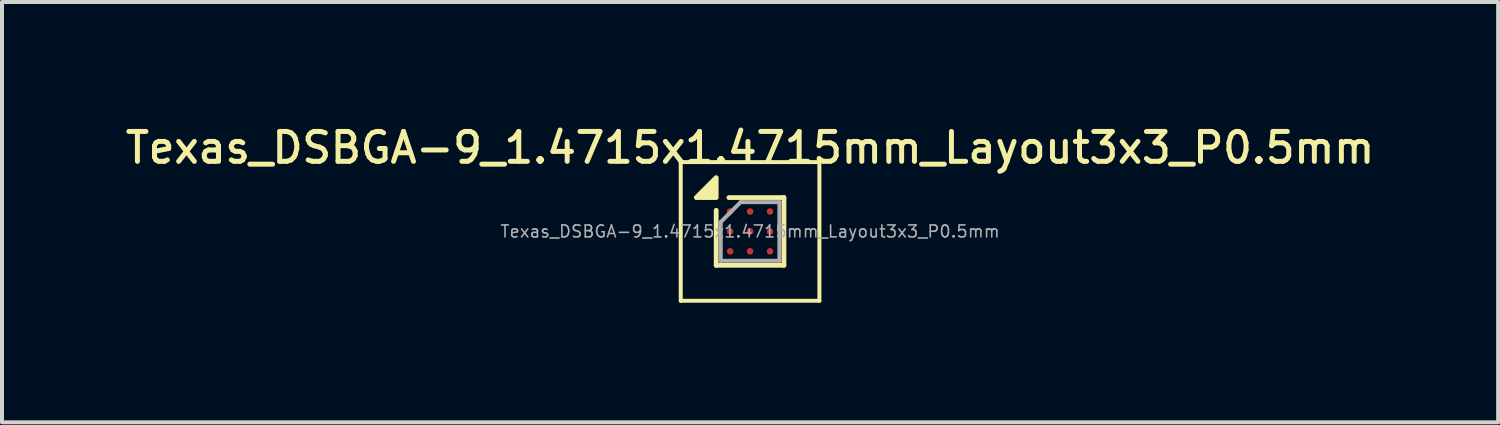
<source format=kicad_pcb>
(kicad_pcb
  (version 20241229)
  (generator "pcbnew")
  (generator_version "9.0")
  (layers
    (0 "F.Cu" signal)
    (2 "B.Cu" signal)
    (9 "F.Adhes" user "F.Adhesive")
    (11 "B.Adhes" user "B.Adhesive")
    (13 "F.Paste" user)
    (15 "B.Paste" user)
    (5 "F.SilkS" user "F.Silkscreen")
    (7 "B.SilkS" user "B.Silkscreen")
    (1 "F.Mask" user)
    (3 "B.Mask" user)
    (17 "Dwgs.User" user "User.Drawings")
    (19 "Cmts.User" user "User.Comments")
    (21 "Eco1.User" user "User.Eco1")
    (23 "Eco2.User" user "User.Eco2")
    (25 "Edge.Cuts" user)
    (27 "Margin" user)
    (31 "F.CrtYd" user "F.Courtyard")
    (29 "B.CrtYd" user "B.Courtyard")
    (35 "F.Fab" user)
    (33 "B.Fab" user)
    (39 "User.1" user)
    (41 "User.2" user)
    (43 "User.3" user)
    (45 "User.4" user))
  (footprint "Texas_DSBGA-9_1.4715x1.4715mm_Layout3x3_P0.5mm"
    (layer "F.Cu")
    (at 15.773 2.758)
    (property "Reference" "Texas_DSBGA-9_1.4715x1.4715mm_Layout3x3_P0.5mm" (at 0 -2.1 0) (layer "F.SilkS") (effects (font (size 0.75 0.75) (thickness 0.125))))
    (attr smd)
    (fp_line (start -1.74 -1.74) (end -1.74 1.74) (stroke (width 0.1) (type solid)) (layer "F.SilkS"))
    (fp_line (start -1.74 1.74) (end 1.74 1.74) (stroke (width 0.1) (type solid)) (layer "F.SilkS"))
    (fp_line (start -0.85 -0.53) (end -0.85 0.85) (stroke (width 0.12) (type solid)) (layer "F.SilkS"))
    (fp_line (start -0.53 -0.85) (end 0.85 -0.85) (stroke (width 0.12) (type solid)) (layer "F.SilkS"))
    (fp_line (start 0.85 -0.85) (end 0.85 0.85) (stroke (width 0.12) (type solid)) (layer "F.SilkS"))
    (fp_line (start 0.85 0.85) (end -0.85 0.85) (stroke (width 0.12) (type solid)) (layer "F.SilkS"))
    (fp_line (start 1.74 -1.74) (end -1.74 -1.74) (stroke (width 0.1) (type solid)) (layer "F.SilkS"))
    (fp_line (start 1.74 1.74) (end 1.74 -1.74) (stroke (width 0.1) (type solid)) (layer "F.SilkS"))
    (fp_poly (pts (xy -0.85 -0.85) (xy -1.35 -0.85) (xy -0.85 -1.35) (xy -0.85 -0.85)) (stroke (width 0.12) (type solid)) (fill yes) (layer "F.SilkS"))
    (fp_line (start -0.736 -0.236) (end -0.736 0.736) (stroke (width 0.1) (type solid)) (layer "F.Fab"))
    (fp_line (start -0.736 -0.236) (end -0.236 -0.736) (stroke (width 0.1) (type solid)) (layer "F.Fab"))
    (fp_line (start -0.736 0.736) (end 0.736 0.736) (stroke (width 0.1) (type solid)) (layer "F.Fab"))
    (fp_line (start 0.736 -0.736) (end -0.236 -0.736) (stroke (width 0.1) (type solid)) (layer "F.Fab"))
    (fp_line (start 0.736 0.736) (end 0.736 -0.736) (stroke (width 0.1) (type solid)) (layer "F.Fab"))
    (fp_text user "${REFERENCE}" (at 0 0 0) (layer "F.Fab") (effects (font (size 0.3 0.3) (thickness 0.04))))
    (pad "" smd rect (at -0.5 -0.5) (size 0.3 0.3) (layers "F.Paste"))
    (pad "" smd rect (at -0.5 0) (size 0.3 0.3) (layers "F.Paste"))
    (pad "" smd rect (at -0.5 0.5) (size 0.3 0.3) (layers "F.Paste"))
    (pad "" smd rect (at 0 -0.5) (size 0.3 0.3) (layers "F.Paste"))
    (pad "" smd rect (at 0 0) (size 0.3 0.3) (layers "F.Paste"))
    (pad "" smd rect (at 0 0.5) (size 0.3 0.3) (layers "F.Paste"))
    (pad "" smd rect (at 0.5 -0.5) (size 0.3 0.3) (layers "F.Paste"))
    (pad "" smd rect (at 0.5 0) (size 0.3 0.3) (layers "F.Paste"))
    (pad "" smd rect (at 0.5 0.5) (size 0.3 0.3) (layers "F.Paste"))
    (pad "A1" smd circle (at -0.5 -0.5) (size 0.165 0.165) (property pad_prop_bga) (layers "F.Cu" "F.Mask"))
    (pad "A2" smd circle (at 0 -0.5) (size 0.165 0.165) (property pad_prop_bga) (layers "F.Cu" "F.Mask"))
    (pad "A3" smd circle (at 0.5 -0.5) (size 0.165 0.165) (property pad_prop_bga) (layers "F.Cu" "F.Mask"))
    (pad "B1" smd circle (at -0.5 0) (size 0.165 0.165) (property pad_prop_bga) (layers "F.Cu" "F.Mask"))
    (pad "B2" smd circle (at 0 0) (size 0.165 0.165) (property pad_prop_bga) (layers "F.Cu" "F.Mask"))
    (pad "B3" smd circle (at 0.5 0) (size 0.165 0.165) (property pad_prop_bga) (layers "F.Cu" "F.Mask" "F.Paste"))
    (pad "C1" smd circle (at -0.5 0.5) (size 0.165 0.165) (property pad_prop_bga) (layers "F.Cu" "F.Mask"))
    (pad "C2" smd circle (at 0 0.5) (size 0.165 0.165) (property pad_prop_bga) (layers "F.Cu" "F.Mask"))
    (pad "C3" smd circle (at 0.5 0.5) (size 0.165 0.165) (property pad_prop_bga) (layers "F.Cu" "F.Mask")))
  (gr_rect
    (start -3 -3)
    (end 34.546 7.548)
    (stroke (width 0.1) (type default))
    (fill no)
    (layer "Edge.Cuts")))
</source>
